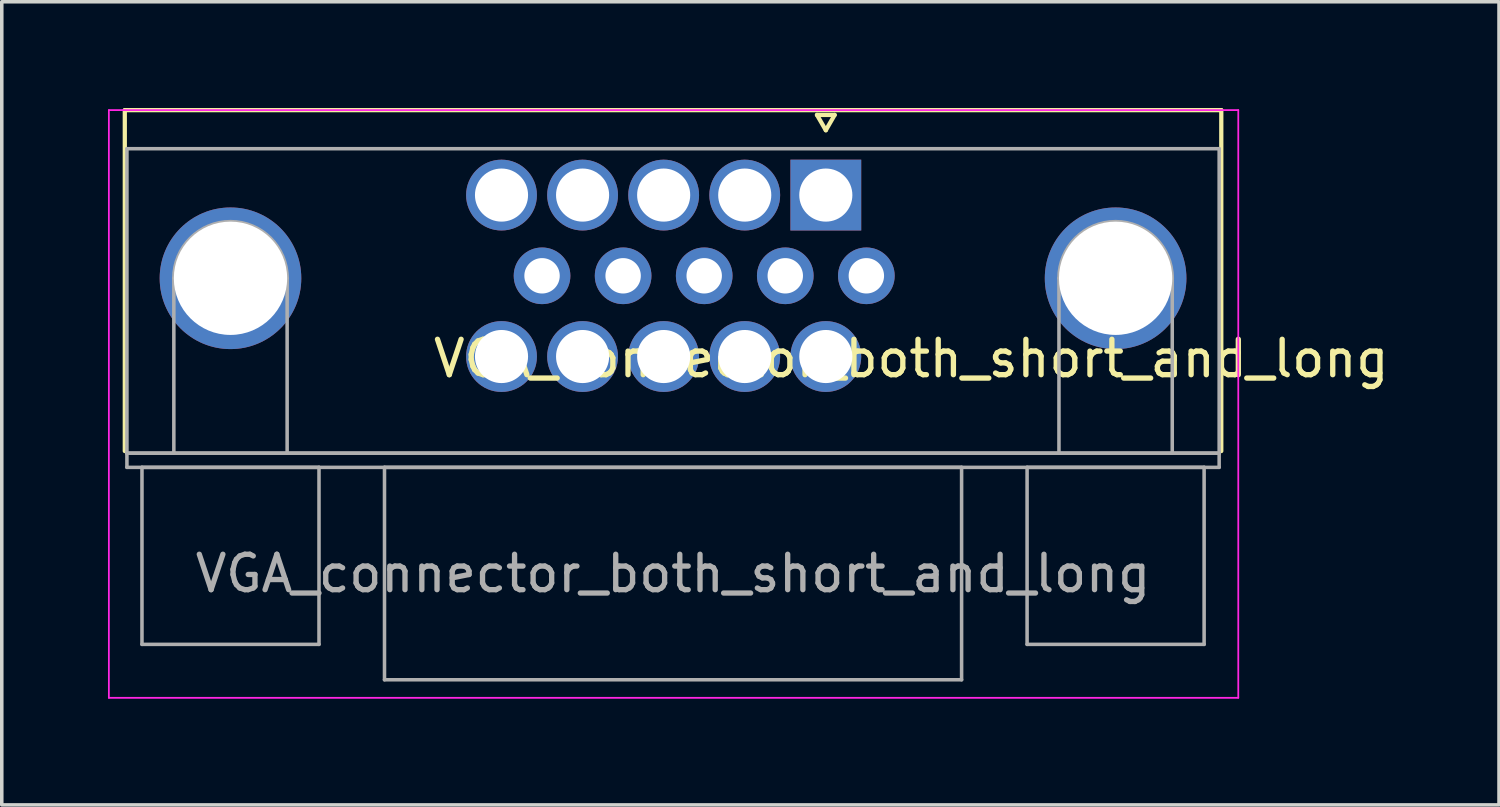
<source format=kicad_pcb>
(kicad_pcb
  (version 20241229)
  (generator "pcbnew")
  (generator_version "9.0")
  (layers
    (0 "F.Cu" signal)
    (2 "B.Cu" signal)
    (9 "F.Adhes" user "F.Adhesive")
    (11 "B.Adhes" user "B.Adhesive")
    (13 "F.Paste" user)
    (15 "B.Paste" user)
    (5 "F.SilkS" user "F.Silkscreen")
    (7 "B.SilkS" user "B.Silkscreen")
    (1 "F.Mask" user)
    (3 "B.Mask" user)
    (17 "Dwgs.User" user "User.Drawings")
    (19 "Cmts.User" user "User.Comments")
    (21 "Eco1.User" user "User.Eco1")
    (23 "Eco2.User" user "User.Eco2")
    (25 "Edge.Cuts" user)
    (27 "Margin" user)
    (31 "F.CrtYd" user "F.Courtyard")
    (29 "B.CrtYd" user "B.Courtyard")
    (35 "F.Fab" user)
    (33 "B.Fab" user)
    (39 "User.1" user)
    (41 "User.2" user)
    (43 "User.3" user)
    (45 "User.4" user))
  (footprint "VGA_connector_both_short_and_long"
    (layer "F.Cu")
    (at 20.275 2.76)
    (property "Reference" "VGA_connector_both_short_and_long" (at 2.413 4.318 180) (layer "F.SilkS") (effects (font (size 1 1) (thickness 0.15))))
    (attr through_hole)
    (fp_line (start -19.8 -2.7) (end 11.17 -2.7) (stroke (width 0.12) (type solid)) (layer "F.SilkS"))
    (fp_line (start -19.8 6.93) (end -19.8 -2.7) (stroke (width 0.12) (type solid)) (layer "F.SilkS"))
    (fp_line (start -0.25 -2.564) (end 0.25 -2.564) (stroke (width 0.12) (type solid)) (layer "F.SilkS"))
    (fp_line (start 0 -2.131) (end -0.25 -2.564) (stroke (width 0.12) (type solid)) (layer "F.SilkS"))
    (fp_line (start 0.25 -2.564) (end 0 -2.131) (stroke (width 0.12) (type solid)) (layer "F.SilkS"))
    (fp_line (start 11.17 -2.7) (end 11.17 6.93) (stroke (width 0.12) (type solid)) (layer "F.SilkS"))
    (fp_line (start -20.25 -2.7) (end -20.25 13.9) (stroke (width 0.05) (type solid)) (layer "F.CrtYd"))
    (fp_line (start -20.25 13.9) (end 11.65 13.9) (stroke (width 0.05) (type solid)) (layer "F.CrtYd"))
    (fp_line (start 11.65 -2.7) (end -20.25 -2.7) (stroke (width 0.05) (type solid)) (layer "F.CrtYd"))
    (fp_line (start 11.65 13.9) (end 11.65 -2.7) (stroke (width 0.05) (type solid)) (layer "F.CrtYd"))
    (fp_line (start -19.74 -1.61) (end -19.74 6.99) (stroke (width 0.1) (type solid)) (layer "F.Fab"))
    (fp_line (start -19.74 6.99) (end -19.74 7.39) (stroke (width 0.1) (type solid)) (layer "F.Fab"))
    (fp_line (start -19.74 6.99) (end 11.11 6.99) (stroke (width 0.1) (type solid)) (layer "F.Fab"))
    (fp_line (start -19.74 7.39) (end 11.11 7.39) (stroke (width 0.1) (type solid)) (layer "F.Fab"))
    (fp_line (start -19.315 7.39) (end -19.315 12.39) (stroke (width 0.1) (type solid)) (layer "F.Fab"))
    (fp_line (start -19.315 12.39) (end -14.315 12.39) (stroke (width 0.1) (type solid)) (layer "F.Fab"))
    (fp_line (start -18.415 6.99) (end -18.415 2.05) (stroke (width 0.1) (type solid)) (layer "F.Fab"))
    (fp_line (start -15.215 6.99) (end -15.215 2.05) (stroke (width 0.1) (type solid)) (layer "F.Fab"))
    (fp_line (start -14.315 7.39) (end -19.315 7.39) (stroke (width 0.1) (type solid)) (layer "F.Fab"))
    (fp_line (start -14.315 12.39) (end -14.315 7.39) (stroke (width 0.1) (type solid)) (layer "F.Fab"))
    (fp_line (start -12.465 7.39) (end -12.465 13.39) (stroke (width 0.1) (type solid)) (layer "F.Fab"))
    (fp_line (start -12.465 13.39) (end 3.835 13.39) (stroke (width 0.1) (type solid)) (layer "F.Fab"))
    (fp_line (start 3.835 7.39) (end -12.465 7.39) (stroke (width 0.1) (type solid)) (layer "F.Fab"))
    (fp_line (start 3.835 13.39) (end 3.835 7.39) (stroke (width 0.1) (type solid)) (layer "F.Fab"))
    (fp_line (start 5.685 7.39) (end 5.685 12.39) (stroke (width 0.1) (type solid)) (layer "F.Fab"))
    (fp_line (start 5.685 12.39) (end 10.685 12.39) (stroke (width 0.1) (type solid)) (layer "F.Fab"))
    (fp_line (start 6.585 6.99) (end 6.585 2.05) (stroke (width 0.1) (type solid)) (layer "F.Fab"))
    (fp_line (start 9.785 6.99) (end 9.785 2.05) (stroke (width 0.1) (type solid)) (layer "F.Fab"))
    (fp_line (start 10.685 7.39) (end 5.685 7.39) (stroke (width 0.1) (type solid)) (layer "F.Fab"))
    (fp_line (start 10.685 12.39) (end 10.685 7.39) (stroke (width 0.1) (type solid)) (layer "F.Fab"))
    (fp_line (start 11.11 -1.61) (end -19.74 -1.61) (stroke (width 0.1) (type solid)) (layer "F.Fab"))
    (fp_line (start 11.11 6.99) (end -19.74 6.99) (stroke (width 0.1) (type solid)) (layer "F.Fab"))
    (fp_line (start 11.11 6.99) (end 11.11 -1.61) (stroke (width 0.1) (type solid)) (layer "F.Fab"))
    (fp_line (start 11.11 7.39) (end 11.11 6.99) (stroke (width 0.1) (type solid)) (layer "F.Fab"))
    (fp_arc (start -18.415 2.05) (mid -16.815 0.45) (end -15.215 2.05) (stroke (width 0.1) (type solid)) (layer "F.Fab"))
    (fp_arc (start 6.585 2.05) (mid 8.185 0.45) (end 9.785 2.05) (stroke (width 0.1) (type solid)) (layer "F.Fab"))
    (fp_text user "${REFERENCE}" (at -4.315 10.39 180) (layer "F.Fab") (effects (font (size 1 1) (thickness 0.15))))
    (pad "0" thru_hole circle (at -16.815 2.05) (size 4 4) (drill 3.2) (layers "*.Cu" "*.Mask"))
    (pad "0" thru_hole circle (at 8.185 2.05) (size 4 4) (drill 3.2) (layers "*.Cu" "*.Mask"))
    (pad "1" thru_hole rect (at 0 -0.3) (size 2 2) (drill 1.5) (layers "*.Cu" "*.Mask"))
    (pad "2" thru_hole circle (at -2.29 -0.3) (size 2 2) (drill 1.5) (layers "*.Cu" "*.Mask"))
    (pad "3" thru_hole circle (at -4.58 -0.3) (size 2 2) (drill 1.5) (layers "*.Cu" "*.Mask"))
    (pad "4" thru_hole circle (at -6.87 -0.3) (size 2 2) (drill 1.5) (layers "*.Cu" "*.Mask"))
    (pad "5" thru_hole circle (at -9.16 -0.3) (size 2 2) (drill 1.5) (layers "*.Cu" "*.Mask"))
    (pad "6" thru_hole circle (at 1.145 1.98) (size 1.6 1.6) (drill 1) (layers "*.Cu" "*.Mask"))
    (pad "7" thru_hole circle (at -1.145 1.98) (size 1.6 1.6) (drill 1) (layers "*.Cu" "*.Mask"))
    (pad "8" thru_hole circle (at -3.435 1.98) (size 1.6 1.6) (drill 1) (layers "*.Cu" "*.Mask"))
    (pad "9" thru_hole circle (at -5.725 1.98) (size 1.6 1.6) (drill 1) (layers "*.Cu" "*.Mask"))
    (pad "10" thru_hole circle (at -8.015 1.98) (size 1.6 1.6) (drill 1) (layers "*.Cu" "*.Mask"))
    (pad "11" thru_hole circle (at 0 4.26) (size 2 2) (drill 1.5) (layers "*.Cu" "*.Mask"))
    (pad "12" thru_hole circle (at -2.29 4.26) (size 2 2) (drill 1.5) (layers "*.Cu" "*.Mask"))
    (pad "13" thru_hole circle (at -4.58 4.26) (size 2 2) (drill 1.5) (layers "*.Cu" "*.Mask"))
    (pad "14" thru_hole circle (at -6.87 4.26) (size 2 2) (drill 1.5) (layers "*.Cu" "*.Mask"))
    (pad "15" thru_hole circle (at -9.16 4.26) (size 2 2) (drill 1.5) (layers "*.Cu" "*.Mask")))
  (gr_rect
    (start -3 -3)
    (end 39.289 19.685)
    (stroke (width 0.1) (type default))
    (fill no)
    (layer "Edge.Cuts")))
</source>
